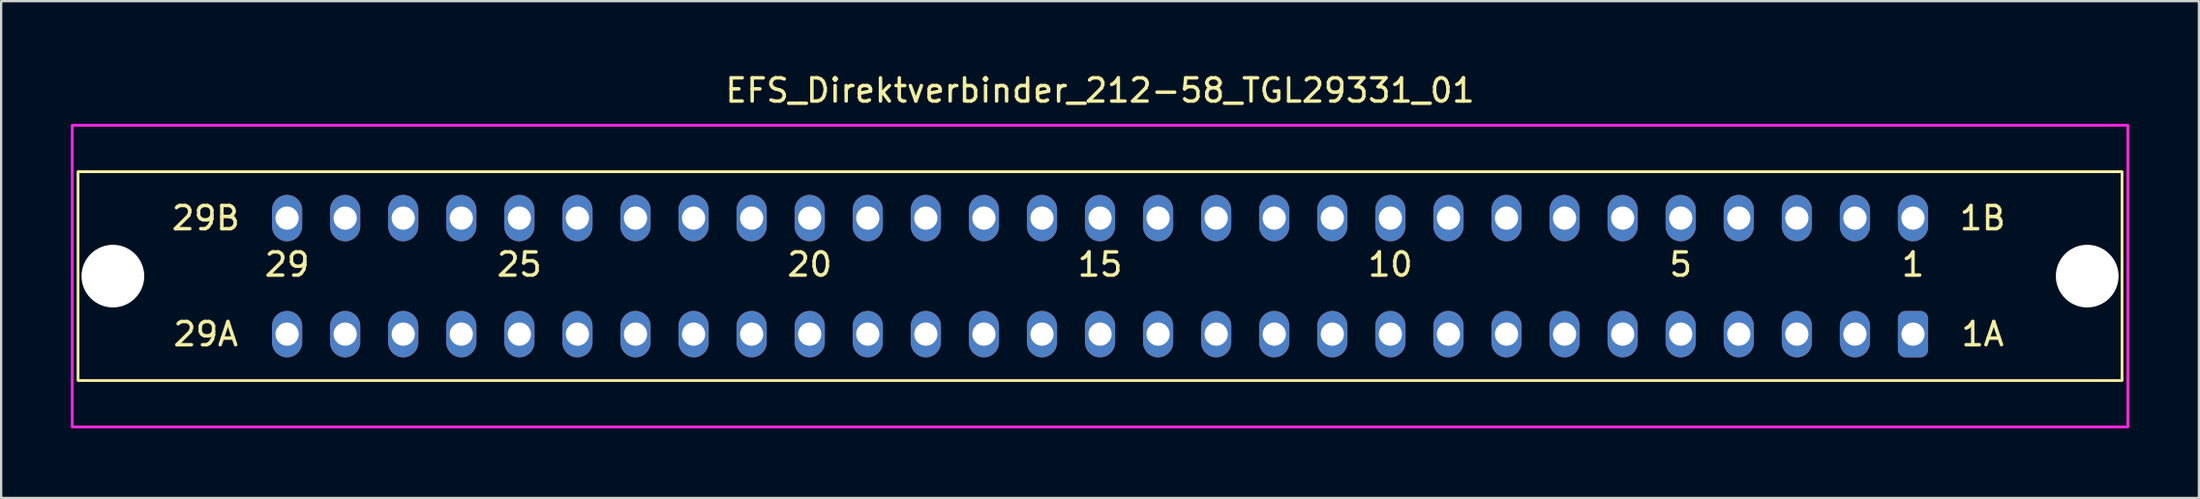
<source format=kicad_pcb>
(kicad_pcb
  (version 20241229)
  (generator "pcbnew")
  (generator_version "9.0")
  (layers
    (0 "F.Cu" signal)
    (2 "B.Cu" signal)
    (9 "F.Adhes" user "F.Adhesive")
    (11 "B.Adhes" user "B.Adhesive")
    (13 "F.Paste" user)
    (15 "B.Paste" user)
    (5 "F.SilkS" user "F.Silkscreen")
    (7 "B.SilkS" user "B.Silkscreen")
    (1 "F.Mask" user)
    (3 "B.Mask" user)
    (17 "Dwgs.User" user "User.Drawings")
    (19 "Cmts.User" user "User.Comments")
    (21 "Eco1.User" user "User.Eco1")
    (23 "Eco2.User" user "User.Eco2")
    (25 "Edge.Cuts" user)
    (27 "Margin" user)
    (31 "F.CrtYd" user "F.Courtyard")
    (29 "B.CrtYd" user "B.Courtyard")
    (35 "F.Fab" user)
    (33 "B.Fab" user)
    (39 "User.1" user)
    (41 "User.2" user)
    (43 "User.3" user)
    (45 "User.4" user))
  (footprint "EFS_Direktverbinder_212-58_TGL29331_01"
    (layer "F.Cu")
    (at 44.31 8.848)
    (property "Reference" "EFS_Direktverbinder_212-58_TGL29331_01" (at 0 -8 180) (layer "F.SilkS") (effects (font (size 1 1) (thickness 0.15))))
    (attr through_hole)
    (fp_rect (start -44 -4.5) (end 44 4.5) (stroke (width 0.12) (type solid)) (fill no) (layer "F.SilkS"))
    (fp_rect (start -44.25 -6.5) (end 44.25 6.5) (stroke (width 0.12) (type solid)) (fill no) (layer "F.CrtYd"))
    (fp_text user "10" (at 12.5 -0.5 180) (layer "F.SilkS") (effects (font (size 1 1) (thickness 0.15))))
    (fp_text user "29" (at -35 -0.5 180) (layer "F.SilkS") (effects (font (size 1 1) (thickness 0.15))))
    (fp_text user "5" (at 25 -0.5 180) (layer "F.SilkS") (effects (font (size 1 1) (thickness 0.15))))
    (fp_text user "29B" (at -38.5 -2.5 0) (layer "F.SilkS") (effects (font (size 1 1) (thickness 0.15))))
    (fp_text user "1A" (at 38 2.5 0) (layer "F.SilkS") (effects (font (size 1 1) (thickness 0.15))))
    (fp_text user "1B" (at 38 -2.5 0) (layer "F.SilkS") (effects (font (size 1 1) (thickness 0.15))))
    (fp_text user "20" (at -12.5 -0.5 180) (layer "F.SilkS") (effects (font (size 1 1) (thickness 0.15))))
    (fp_text user "25" (at -25 -0.5 180) (layer "F.SilkS") (effects (font (size 1 1) (thickness 0.15))))
    (fp_text user "15" (at 0 -0.5 180) (layer "F.SilkS") (effects (font (size 1 1) (thickness 0.15))))
    (fp_text user "1" (at 35 -0.5 180) (layer "F.SilkS") (effects (font (size 1 1) (thickness 0.15))))
    (fp_text user "29A" (at -38.5 2.5 0) (layer "F.SilkS") (effects (font (size 1 1) (thickness 0.15))))
    (pad "" np_thru_hole circle (at -42.5 0) (size 2.7 2.7) (drill 2.7) (layers "*.Cu" "*.Mask"))
    (pad "" np_thru_hole circle (at 42.5 0) (size 2.7 2.7) (drill 2.7) (layers "*.Cu" "*.Mask"))
    (pad "1a" thru_hole roundrect (at 35 2.5) (size 1.3 2) (drill 1) (layers "*.Cu" "*.Mask") (roundrect_rratio 0.25))
    (pad "1b" thru_hole oval (at 35 -2.5) (size 1.3 2) (drill 1) (layers "*.Cu" "*.Mask"))
    (pad "2a" thru_hole oval (at 32.5 2.5) (size 1.3 2) (drill 1) (layers "*.Cu" "*.Mask"))
    (pad "2b" thru_hole oval (at 32.5 -2.5) (size 1.3 2) (drill 1) (layers "*.Cu" "*.Mask"))
    (pad "3a" thru_hole oval (at 30 2.5) (size 1.3 2) (drill 1) (layers "*.Cu" "*.Mask"))
    (pad "3b" thru_hole oval (at 30 -2.5) (size 1.3 2) (drill 1) (layers "*.Cu" "*.Mask"))
    (pad "4a" thru_hole oval (at 27.5 2.5) (size 1.3 2) (drill 1) (layers "*.Cu" "*.Mask"))
    (pad "4b" thru_hole oval (at 27.5 -2.5) (size 1.3 2) (drill 1) (layers "*.Cu" "*.Mask"))
    (pad "5a" thru_hole oval (at 25 2.5) (size 1.3 2) (drill 1) (layers "*.Cu" "*.Mask"))
    (pad "5b" thru_hole oval (at 25 -2.5) (size 1.3 2) (drill 1) (layers "*.Cu" "*.Mask"))
    (pad "6a" thru_hole oval (at 22.5 2.5) (size 1.3 2) (drill 1) (layers "*.Cu" "*.Mask"))
    (pad "6b" thru_hole oval (at 22.5 -2.5) (size 1.3 2) (drill 1) (layers "*.Cu" "*.Mask"))
    (pad "7a" thru_hole oval (at 20 2.5) (size 1.3 2) (drill 1) (layers "*.Cu" "*.Mask"))
    (pad "7b" thru_hole oval (at 20 -2.5) (size 1.3 2) (drill 1) (layers "*.Cu" "*.Mask"))
    (pad "8a" thru_hole oval (at 17.5 2.5) (size 1.3 2) (drill 1) (layers "*.Cu" "*.Mask"))
    (pad "8b" thru_hole oval (at 17.5 -2.5) (size 1.3 2) (drill 1) (layers "*.Cu" "*.Mask"))
    (pad "9a" thru_hole oval (at 15 2.5) (size 1.3 2) (drill 1) (layers "*.Cu" "*.Mask"))
    (pad "9b" thru_hole oval (at 15 -2.5) (size 1.3 2) (drill 1) (layers "*.Cu" "*.Mask"))
    (pad "10a" thru_hole oval (at 12.5 2.5) (size 1.3 2) (drill 1) (layers "*.Cu" "*.Mask"))
    (pad "10b" thru_hole oval (at 12.5 -2.5) (size 1.3 2) (drill 1) (layers "*.Cu" "*.Mask"))
    (pad "11a" thru_hole oval (at 10 2.5) (size 1.3 2) (drill 1) (layers "*.Cu" "*.Mask"))
    (pad "11b" thru_hole oval (at 10 -2.5) (size 1.3 2) (drill 1) (layers "*.Cu" "*.Mask"))
    (pad "12a" thru_hole oval (at 7.5 2.5) (size 1.3 2) (drill 1) (layers "*.Cu" "*.Mask"))
    (pad "12b" thru_hole oval (at 7.5 -2.5) (size 1.3 2) (drill 1) (layers "*.Cu" "*.Mask"))
    (pad "13a" thru_hole oval (at 5 2.5) (size 1.3 2) (drill 1) (layers "*.Cu" "*.Mask"))
    (pad "13b" thru_hole oval (at 5 -2.5) (size 1.3 2) (drill 1) (layers "*.Cu" "*.Mask"))
    (pad "14a" thru_hole oval (at 2.5 2.5) (size 1.3 2) (drill 1) (layers "*.Cu" "*.Mask"))
    (pad "14b" thru_hole oval (at 2.5 -2.5) (size 1.3 2) (drill 1) (layers "*.Cu" "*.Mask"))
    (pad "15a" thru_hole oval (at 0 2.5) (size 1.3 2) (drill 1) (layers "*.Cu" "*.Mask"))
    (pad "15b" thru_hole oval (at 0 -2.5) (size 1.3 2) (drill 1) (layers "*.Cu" "*.Mask"))
    (pad "16a" thru_hole oval (at -2.5 2.5) (size 1.3 2) (drill 1) (layers "*.Cu" "*.Mask"))
    (pad "16b" thru_hole oval (at -2.5 -2.5) (size 1.3 2) (drill 1) (layers "*.Cu" "*.Mask"))
    (pad "17a" thru_hole oval (at -5 2.5) (size 1.3 2) (drill 1) (layers "*.Cu" "*.Mask"))
    (pad "17b" thru_hole oval (at -5 -2.5) (size 1.3 2) (drill 1) (layers "*.Cu" "*.Mask"))
    (pad "18a" thru_hole oval (at -7.5 2.5) (size 1.3 2) (drill 1) (layers "*.Cu" "*.Mask"))
    (pad "18b" thru_hole oval (at -7.5 -2.5) (size 1.3 2) (drill 1) (layers "*.Cu" "*.Mask"))
    (pad "19a" thru_hole oval (at -10 2.5) (size 1.3 2) (drill 1) (layers "*.Cu" "*.Mask"))
    (pad "19b" thru_hole oval (at -10 -2.5) (size 1.3 2) (drill 1) (layers "*.Cu" "*.Mask"))
    (pad "20a" thru_hole oval (at -12.5 2.5) (size 1.3 2) (drill 1) (layers "*.Cu" "*.Mask"))
    (pad "20b" thru_hole oval (at -12.5 -2.5) (size 1.3 2) (drill 1) (layers "*.Cu" "*.Mask"))
    (pad "21a" thru_hole oval (at -15 2.5) (size 1.3 2) (drill 1) (layers "*.Cu" "*.Mask"))
    (pad "21b" thru_hole oval (at -15 -2.5) (size 1.3 2) (drill 1) (layers "*.Cu" "*.Mask"))
    (pad "22a" thru_hole oval (at -17.5 2.5) (size 1.3 2) (drill 1) (layers "*.Cu" "*.Mask"))
    (pad "22b" thru_hole oval (at -17.5 -2.5) (size 1.3 2) (drill 1) (layers "*.Cu" "*.Mask"))
    (pad "23a" thru_hole oval (at -20 2.5) (size 1.3 2) (drill 1) (layers "*.Cu" "*.Mask"))
    (pad "23b" thru_hole oval (at -20 -2.5) (size 1.3 2) (drill 1) (layers "*.Cu" "*.Mask"))
    (pad "24a" thru_hole oval (at -22.5 2.5) (size 1.3 2) (drill 1) (layers "*.Cu" "*.Mask"))
    (pad "24b" thru_hole oval (at -22.5 -2.5) (size 1.3 2) (drill 1) (layers "*.Cu" "*.Mask"))
    (pad "25a" thru_hole oval (at -25 2.5) (size 1.3 2) (drill 1) (layers "*.Cu" "*.Mask"))
    (pad "25b" thru_hole oval (at -25 -2.5) (size 1.3 2) (drill 1) (layers "*.Cu" "*.Mask"))
    (pad "26a" thru_hole oval (at -27.5 2.5) (size 1.3 2) (drill 1) (layers "*.Cu" "*.Mask"))
    (pad "26b" thru_hole oval (at -27.5 -2.5) (size 1.3 2) (drill 1) (layers "*.Cu" "*.Mask"))
    (pad "27a" thru_hole oval (at -30 2.5) (size 1.3 2) (drill 1) (layers "*.Cu" "*.Mask"))
    (pad "27b" thru_hole oval (at -30 -2.5) (size 1.3 2) (drill 1) (layers "*.Cu" "*.Mask"))
    (pad "28a" thru_hole oval (at -32.5 2.5) (size 1.3 2) (drill 1) (layers "*.Cu" "*.Mask"))
    (pad "28b" thru_hole oval (at -32.5 -2.5) (size 1.3 2) (drill 1) (layers "*.Cu" "*.Mask"))
    (pad "29a" thru_hole oval (at -35 2.5) (size 1.3 2) (drill 1) (layers "*.Cu" "*.Mask"))
    (pad "29b" thru_hole oval (at -35 -2.5) (size 1.3 2) (drill 1) (layers "*.Cu" "*.Mask")))
  (gr_rect
    (start -3 -3)
    (end 91.62 18.408)
    (stroke (width 0.1) (type default))
    (fill no)
    (layer "Edge.Cuts")))
</source>
